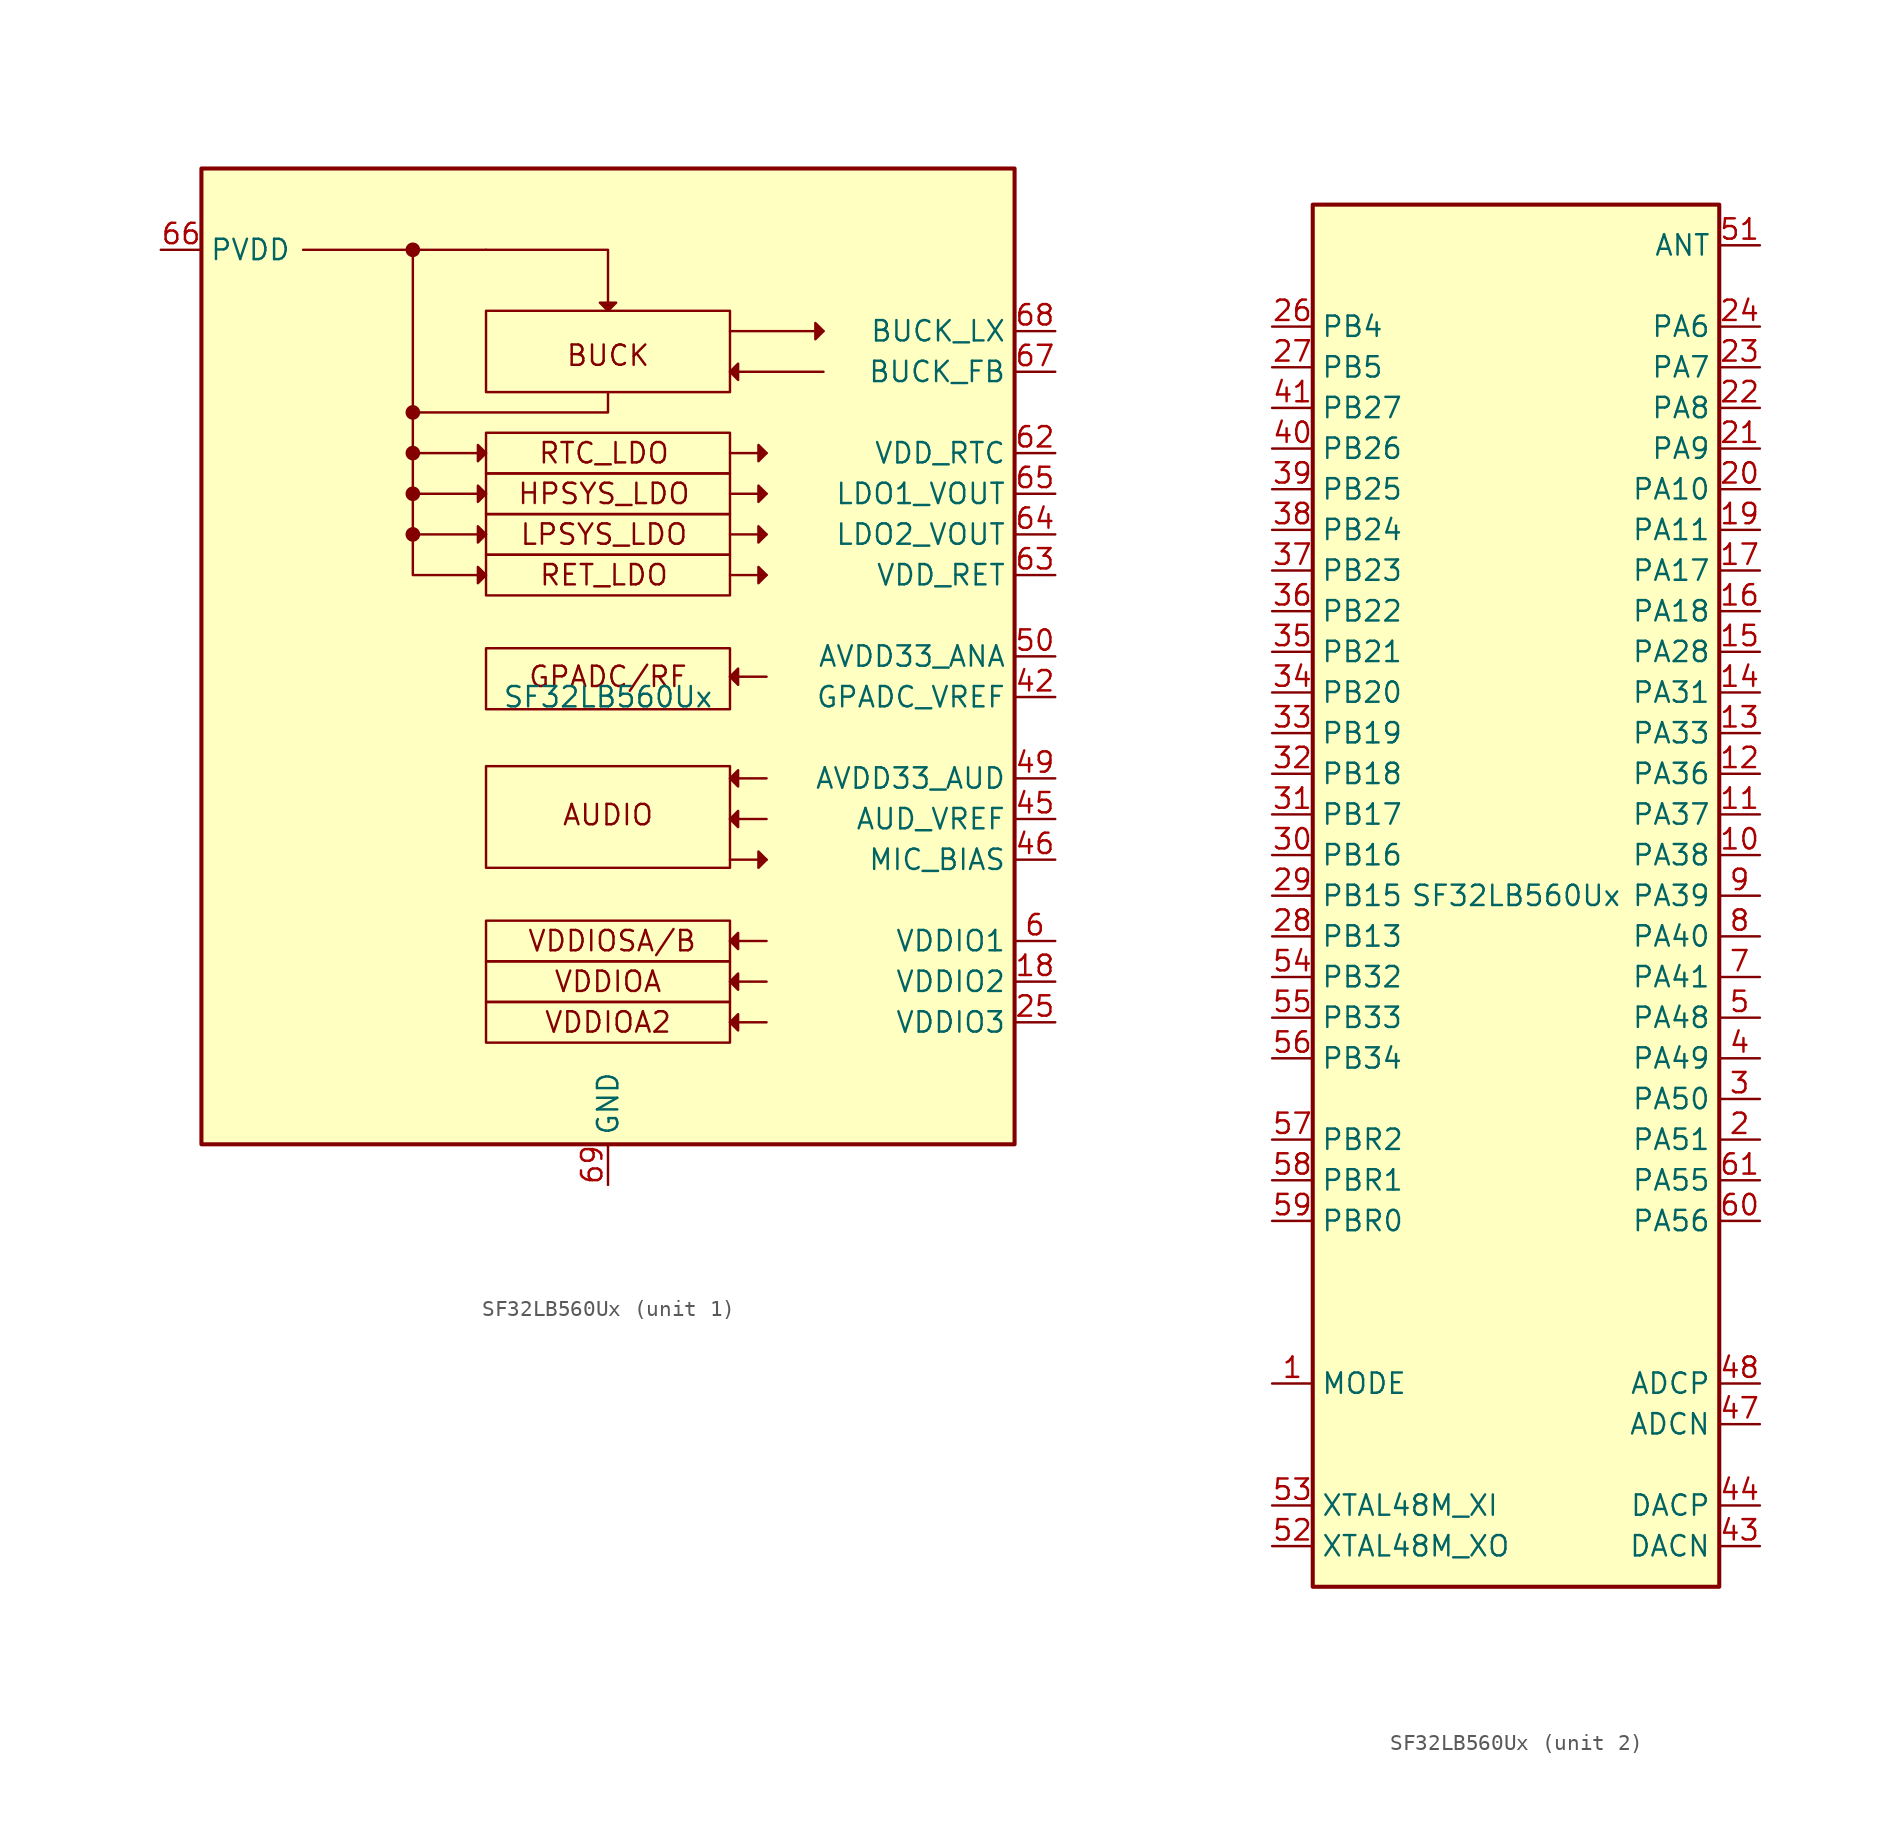
<source format=kicad_sym>
(kicad_symbol_lib
  (version 20241209)
  (generator "kicad_symbol_editor")
  (generator_version "9.0")
  (symbol "SF32LB560Ux"
    (property "Reference" "U"
      (at -0.254 62.992 0)
      (effects (font (size 1.27 1.27)) (hide yes)))
    (property "Value" "SF32LB560Ux"
      (at 0 0 0)
      (effects (font (size 1.27 1.27))))
    (property "ki_locked" ""
      (at 0 0 0)
      (effects (font (size 1.27 1.27))))
    (symbol "SF32LB560Ux_1_1"
      (rectangle (start -25.4 33.02) (end 25.4 -27.94) (stroke (width 0.254) (type default)) (fill (type background)))
      (circle (center -12.192 27.94) (radius 0.381) (stroke (width 0) (type default)) (fill (type outline)))
      (circle (center -12.192 17.78) (radius 0.381) (stroke (width 0) (type default)) (fill (type outline)))
      (polyline (pts (xy -12.192 17.78) (xy -12.192 27.94)) (stroke (width 0) (type default)) (fill (type none)))
      (circle (center -12.192 15.24) (radius 0.381) (stroke (width 0) (type default)) (fill (type outline)))
      (circle (center -12.192 12.7) (radius 0.381) (stroke (width 0) (type default)) (fill (type outline)))
      (circle (center -12.192 10.16) (radius 0.381) (stroke (width 0) (type default)) (fill (type outline)))
      (polyline (pts (xy -7.62 27.94) (xy -19.05 27.94)) (stroke (width 0) (type default)) (fill (type none)))
      (rectangle (start -7.62 24.13) (end 7.62 19.05) (stroke (width 0) (type default)) (fill (type none)))
      (rectangle (start -7.62 16.51) (end 7.62 13.97) (stroke (width 0) (type default)) (fill (type none)))
      (polyline (pts (xy -7.62 15.24) (xy -12.192 15.24)) (stroke (width 0) (type default)) (fill (type none)))
      (polyline (pts (xy -7.62 15.24) (xy -8.128 15.748) (xy -8.128 14.732) (xy -7.62 15.24)) (stroke (width 0) (type default)) (fill (type outline)))
      (rectangle (start -7.62 13.97) (end 7.62 11.43) (stroke (width 0) (type default)) (fill (type none)))
      (polyline (pts (xy -7.62 12.7) (xy -12.192 12.7)) (stroke (width 0) (type default)) (fill (type none)))
      (polyline (pts (xy -7.62 12.7) (xy -8.128 13.208) (xy -8.128 12.192) (xy -7.62 12.7)) (stroke (width 0) (type default)) (fill (type outline)))
      (rectangle (start -7.62 11.43) (end 7.62 8.89) (stroke (width 0) (type default)) (fill (type none)))
      (polyline (pts (xy -7.62 10.16) (xy -12.192 10.16)) (stroke (width 0) (type default)) (fill (type none)))
      (polyline (pts (xy -7.62 10.16) (xy -8.128 10.668) (xy -8.128 9.652) (xy -7.62 10.16)) (stroke (width 0) (type default)) (fill (type outline)))
      (rectangle (start -7.62 8.89) (end 7.62 6.35) (stroke (width 0) (type default)) (fill (type none)))
      (polyline (pts (xy -7.62 7.62) (xy -8.128 8.128) (xy -8.128 7.112) (xy -7.62 7.62)) (stroke (width 0) (type default)) (fill (type outline)))
      (rectangle (start -7.62 3.048) (end 7.62 -0.762) (stroke (width 0) (type default)) (fill (type none)))
      (rectangle (start -7.62 -4.318) (end 7.62 -10.668) (stroke (width 0) (type default)) (fill (type none)))
      (rectangle (start -7.62 -13.97) (end 7.62 -16.51) (stroke (width 0) (type default)) (fill (type none)))
      (rectangle (start -7.62 -16.51) (end 7.62 -19.05) (stroke (width 0) (type default)) (fill (type none)))
      (rectangle (start -7.62 -19.05) (end 7.62 -21.59) (stroke (width 0) (type default)) (fill (type none)))
      (polyline (pts (xy 0 24.13) (xy 0 27.94) (xy -7.62 27.94)) (stroke (width 0) (type default)) (fill (type none)))
      (polyline (pts (xy 0 24.13) (xy 0.508 24.638) (xy -0.508 24.638) (xy 0 24.13)) (stroke (width 0) (type default)) (fill (type outline)))
      (polyline (pts (xy 0 19.05) (xy 0 17.78) (xy -12.192 17.78) (xy -12.192 7.62) (xy -7.874 7.62)) (stroke (width 0) (type default)) (fill (type none)))
      (polyline (pts (xy 7.62 22.86) (xy 13.462 22.86)) (stroke (width 0) (type default)) (fill (type none)))
      (polyline (pts (xy 7.62 20.32) (xy 13.462 20.32)) (stroke (width 0) (type default)) (fill (type none)))
      (polyline (pts (xy 7.62 20.32) (xy 8.128 19.812) (xy 8.128 20.828) (xy 7.62 20.32)) (stroke (width 0) (type default)) (fill (type outline)))
      (polyline (pts (xy 7.62 15.24) (xy 9.906 15.24)) (stroke (width 0) (type default)) (fill (type none)))
      (polyline (pts (xy 7.62 12.7) (xy 9.906 12.7)) (stroke (width 0) (type default)) (fill (type none)))
      (polyline (pts (xy 7.62 10.16) (xy 9.906 10.16)) (stroke (width 0) (type default)) (fill (type none)))
      (polyline (pts (xy 7.62 7.62) (xy 9.906 7.62)) (stroke (width 0) (type default)) (fill (type none)))
      (polyline (pts (xy 7.62 1.27) (xy 9.906 1.27)) (stroke (width 0) (type default)) (fill (type none)))
      (polyline (pts (xy 7.62 1.27) (xy 8.128 0.762) (xy 8.128 1.778) (xy 7.62 1.27)) (stroke (width 0) (type default)) (fill (type outline)))
      (polyline (pts (xy 7.62 -5.08) (xy 9.906 -5.08)) (stroke (width 0) (type default)) (fill (type none)))
      (polyline (pts (xy 7.62 -5.08) (xy 8.128 -5.588) (xy 8.128 -4.572) (xy 7.62 -5.08)) (stroke (width 0) (type default)) (fill (type outline)))
      (polyline (pts (xy 7.62 -7.62) (xy 9.906 -7.62)) (stroke (width 0) (type default)) (fill (type none)))
      (polyline (pts (xy 7.62 -7.62) (xy 8.128 -8.128) (xy 8.128 -7.112) (xy 7.62 -7.62)) (stroke (width 0) (type default)) (fill (type outline)))
      (polyline (pts (xy 7.62 -15.24) (xy 9.906 -15.24)) (stroke (width 0) (type default)) (fill (type none)))
      (polyline (pts (xy 7.62 -15.24) (xy 8.128 -15.748) (xy 8.128 -14.732) (xy 7.62 -15.24)) (stroke (width 0) (type default)) (fill (type outline)))
      (polyline (pts (xy 7.62 -17.78) (xy 9.906 -17.78)) (stroke (width 0) (type default)) (fill (type none)))
      (polyline (pts (xy 7.62 -17.78) (xy 8.128 -18.288) (xy 8.128 -17.272) (xy 7.62 -17.78)) (stroke (width 0) (type default)) (fill (type outline)))
      (polyline (pts (xy 7.62 -20.32) (xy 9.906 -20.32)) (stroke (width 0) (type default)) (fill (type none)))
      (polyline (pts (xy 7.62 -20.32) (xy 8.128 -20.828) (xy 8.128 -19.812) (xy 7.62 -20.32)) (stroke (width 0) (type default)) (fill (type outline)))
      (polyline (pts (xy 9.906 15.24) (xy 9.398 15.748) (xy 9.398 14.732) (xy 9.906 15.24)) (stroke (width 0) (type default)) (fill (type outline)))
      (polyline (pts (xy 9.906 12.7) (xy 9.398 13.208) (xy 9.398 12.192) (xy 9.906 12.7)) (stroke (width 0) (type default)) (fill (type outline)))
      (polyline (pts (xy 9.906 10.16) (xy 9.398 10.668) (xy 9.398 9.652) (xy 9.906 10.16)) (stroke (width 0) (type default)) (fill (type outline)))
      (polyline (pts (xy 9.906 7.62) (xy 9.398 8.128) (xy 9.398 7.112) (xy 9.906 7.62)) (stroke (width 0) (type default)) (fill (type outline)))
      (polyline (pts (xy 9.906 -10.16) (xy 7.62 -10.16)) (stroke (width 0) (type default)) (fill (type none)))
      (polyline (pts (xy 9.906 -10.16) (xy 9.398 -10.668) (xy 9.398 -9.652) (xy 9.906 -10.16)) (stroke (width 0) (type default)) (fill (type outline)))
      (polyline (pts (xy 13.462 22.86) (xy 12.954 23.368) (xy 12.954 22.352) (xy 13.462 22.86)) (stroke (width 0) (type default)) (fill (type outline)))
      (text "RTC_LDO" (at -0.254 15.24 0) (effects (font (size 1.27 1.27))))
      (text "HPSYS_LDO" (at -0.254 12.7 0) (effects (font (size 1.27 1.27))))
      (text "LPSYS_LDO" (at -0.254 10.16 0) (effects (font (size 1.27 1.27))))
      (text "RET_LDO" (at -0.254 7.62 0) (effects (font (size 1.27 1.27))))
      (text "BUCK" (at 0 21.336 0) (effects (font (size 1.27 1.27))))
      (text "GPADC/RF" (at 0 1.27 0) (effects (font (size 1.27 1.27))))
      (text "AUDIO" (at 0 -7.366 0) (effects (font (size 1.27 1.27))))
      (text "VDDIOA" (at 0 -17.78 0) (effects (font (size 1.27 1.27))))
      (text "VDDIOA2" (at 0 -20.32 0) (effects (font (size 1.27 1.27))))
      (text "VDDIOSA/B" (at 0.254 -15.24 0) (effects (font (size 1.27 1.27))))
      (pin power_in line (at -27.94 27.94 0) (length 2.54) (name "PVDD" (effects (font (size 1.27 1.27)))) (number "66" (effects (font (size 1.27 1.27)))))
      (pin power_in line (at 0 -30.48 90) (length 2.54) (name "GND" (effects (font (size 1.27 1.27)))) (number "69" (effects (font (size 1.27 1.27)))))
      (pin output line (at 27.94 22.86 180) (length 2.54) (name "BUCK_LX" (effects (font (size 1.27 1.27)))) (number "68" (effects (font (size 1.27 1.27)))))
      (pin power_in line (at 27.94 20.32 180) (length 2.54) (name "BUCK_FB" (effects (font (size 1.27 1.27)))) (number "67" (effects (font (size 1.27 1.27)))))
      (pin power_out line (at 27.94 15.24 180) (length 2.54) (name "VDD_RTC" (effects (font (size 1.27 1.27)))) (number "62" (effects (font (size 1.27 1.27)))))
      (pin power_out line (at 27.94 12.7 180) (length 2.54) (name "LDO1_VOUT" (effects (font (size 1.27 1.27)))) (number "65" (effects (font (size 1.27 1.27)))))
      (pin power_out line (at 27.94 10.16 180) (length 2.54) (name "LDO2_VOUT" (effects (font (size 1.27 1.27)))) (number "64" (effects (font (size 1.27 1.27)))))
      (pin power_out line (at 27.94 7.62 180) (length 2.54) (name "VDD_RET" (effects (font (size 1.27 1.27)))) (number "63" (effects (font (size 1.27 1.27)))))
      (pin power_in line (at 27.94 2.54 180) (length 2.54) (name "AVDD33_ANA" (effects (font (size 1.27 1.27)))) (number "50" (effects (font (size 1.27 1.27)))))
      (pin power_in line (at 27.94 0 180) (length 2.54) (name "GPADC_VREF" (effects (font (size 1.27 1.27)))) (number "42" (effects (font (size 1.27 1.27)))))
      (pin power_in line (at 27.94 -5.08 180) (length 2.54) (name "AVDD33_AUD" (effects (font (size 1.27 1.27)))) (number "49" (effects (font (size 1.27 1.27)))))
      (pin power_in line (at 27.94 -7.62 180) (length 2.54) (name "AUD_VREF" (effects (font (size 1.27 1.27)))) (number "45" (effects (font (size 1.27 1.27)))))
      (pin power_out line (at 27.94 -10.16 180) (length 2.54) (name "MIC_BIAS" (effects (font (size 1.27 1.27)))) (number "46" (effects (font (size 1.27 1.27)))))
      (pin power_in line (at 27.94 -15.24 180) (length 2.54) (name "VDDIO1" (effects (font (size 1.27 1.27)))) (number "6" (effects (font (size 1.27 1.27)))))
      (pin power_in line (at 27.94 -17.78 180) (length 2.54) (name "VDDIO2" (effects (font (size 1.27 1.27)))) (number "18" (effects (font (size 1.27 1.27)))))
      (pin power_in line (at 27.94 -20.32 180) (length 2.54) (name "VDDIO3" (effects (font (size 1.27 1.27)))) (number "25" (effects (font (size 1.27 1.27))))))
    (symbol "SF32LB560Ux_2_1"
      (rectangle (start -12.7 43.18) (end 12.7 -43.18) (stroke (width 0.254) (type solid)) (fill (type background)))
      (pin bidirectional line (at -15.24 35.56 0) (length 2.54) (name "PB4" (effects (font (size 1.27 1.27)))) (number "26" (effects (font (size 1.27 1.27)))))
      (pin bidirectional line (at -15.24 33.02 0) (length 2.54) (name "PB5" (effects (font (size 1.27 1.27)))) (number "27" (effects (font (size 1.27 1.27)))))
      (pin bidirectional line (at -15.24 30.48 0) (length 2.54) (name "PB27" (effects (font (size 1.27 1.27)))) (number "41" (effects (font (size 1.27 1.27)))))
      (pin bidirectional line (at -15.24 27.94 0) (length 2.54) (name "PB26" (effects (font (size 1.27 1.27)))) (number "40" (effects (font (size 1.27 1.27)))))
      (pin bidirectional line (at -15.24 25.4 0) (length 2.54) (name "PB25" (effects (font (size 1.27 1.27)))) (number "39" (effects (font (size 1.27 1.27)))))
      (pin bidirectional line (at -15.24 22.86 0) (length 2.54) (name "PB24" (effects (font (size 1.27 1.27)))) (number "38" (effects (font (size 1.27 1.27)))))
      (pin bidirectional line (at -15.24 20.32 0) (length 2.54) (name "PB23" (effects (font (size 1.27 1.27)))) (number "37" (effects (font (size 1.27 1.27)))))
      (pin bidirectional line (at -15.24 17.78 0) (length 2.54) (name "PB22" (effects (font (size 1.27 1.27)))) (number "36" (effects (font (size 1.27 1.27)))))
      (pin bidirectional line (at -15.24 15.24 0) (length 2.54) (name "PB21" (effects (font (size 1.27 1.27)))) (number "35" (effects (font (size 1.27 1.27)))))
      (pin bidirectional line (at -15.24 12.7 0) (length 2.54) (name "PB20" (effects (font (size 1.27 1.27)))) (number "34" (effects (font (size 1.27 1.27)))))
      (pin bidirectional line (at -15.24 10.16 0) (length 2.54) (name "PB19" (effects (font (size 1.27 1.27)))) (number "33" (effects (font (size 1.27 1.27)))))
      (pin bidirectional line (at -15.24 7.62 0) (length 2.54) (name "PB18" (effects (font (size 1.27 1.27)))) (number "32" (effects (font (size 1.27 1.27)))))
      (pin bidirectional line (at -15.24 5.08 0) (length 2.54) (name "PB17" (effects (font (size 1.27 1.27)))) (number "31" (effects (font (size 1.27 1.27)))))
      (pin bidirectional line (at -15.24 2.54 0) (length 2.54) (name "PB16" (effects (font (size 1.27 1.27)))) (number "30" (effects (font (size 1.27 1.27)))))
      (pin bidirectional line (at -15.24 0 0) (length 2.54) (name "PB15" (effects (font (size 1.27 1.27)))) (number "29" (effects (font (size 1.27 1.27)))))
      (pin bidirectional line (at -15.24 -2.54 0) (length 2.54) (name "PB13" (effects (font (size 1.27 1.27)))) (number "28" (effects (font (size 1.27 1.27)))))
      (pin bidirectional line (at -15.24 -5.08 0) (length 2.54) (name "PB32" (effects (font (size 1.27 1.27)))) (number "54" (effects (font (size 1.27 1.27)))))
      (pin bidirectional line (at -15.24 -7.62 0) (length 2.54) (name "PB33" (effects (font (size 1.27 1.27)))) (number "55" (effects (font (size 1.27 1.27)))))
      (pin bidirectional line (at -15.24 -10.16 0) (length 2.54) (name "PB34" (effects (font (size 1.27 1.27)))) (number "56" (effects (font (size 1.27 1.27)))))
      (pin bidirectional line (at -15.24 -15.24 0) (length 2.54) (name "PBR2" (effects (font (size 1.27 1.27)))) (number "57" (effects (font (size 1.27 1.27)))))
      (pin bidirectional line (at -15.24 -17.78 0) (length 2.54) (name "PBR1" (effects (font (size 1.27 1.27)))) (number "58" (effects (font (size 1.27 1.27)))))
      (pin bidirectional line (at -15.24 -20.32 0) (length 2.54) (name "PBR0" (effects (font (size 1.27 1.27)))) (number "59" (effects (font (size 1.27 1.27)))))
      (pin input line (at -15.24 -30.48 0) (length 2.54) (name "MODE" (effects (font (size 1.27 1.27)))) (number "1" (effects (font (size 1.27 1.27)))))
      (pin input line (at -15.24 -38.1 0) (length 2.54) (name "XTAL48M_XI" (effects (font (size 1.27 1.27)))) (number "53" (effects (font (size 1.27 1.27)))))
      (pin output line (at -15.24 -40.64 0) (length 2.54) (name "XTAL48M_XO" (effects (font (size 1.27 1.27)))) (number "52" (effects (font (size 1.27 1.27)))))
      (pin bidirectional line (at 15.24 40.64 180) (length 2.54) (name "ANT" (effects (font (size 1.27 1.27)))) (number "51" (effects (font (size 1.27 1.27)))))
      (pin bidirectional line (at 15.24 35.56 180) (length 2.54) (name "PA6" (effects (font (size 1.27 1.27)))) (number "24" (effects (font (size 1.27 1.27)))))
      (pin bidirectional line (at 15.24 33.02 180) (length 2.54) (name "PA7" (effects (font (size 1.27 1.27)))) (number "23" (effects (font (size 1.27 1.27)))))
      (pin bidirectional line (at 15.24 30.48 180) (length 2.54) (name "PA8" (effects (font (size 1.27 1.27)))) (number "22" (effects (font (size 1.27 1.27)))))
      (pin bidirectional line (at 15.24 27.94 180) (length 2.54) (name "PA9" (effects (font (size 1.27 1.27)))) (number "21" (effects (font (size 1.27 1.27)))))
      (pin bidirectional line (at 15.24 25.4 180) (length 2.54) (name "PA10" (effects (font (size 1.27 1.27)))) (number "20" (effects (font (size 1.27 1.27)))))
      (pin bidirectional line (at 15.24 22.86 180) (length 2.54) (name "PA11" (effects (font (size 1.27 1.27)))) (number "19" (effects (font (size 1.27 1.27)))))
      (pin bidirectional line (at 15.24 20.32 180) (length 2.54) (name "PA17" (effects (font (size 1.27 1.27)))) (number "17" (effects (font (size 1.27 1.27)))))
      (pin bidirectional line (at 15.24 17.78 180) (length 2.54) (name "PA18" (effects (font (size 1.27 1.27)))) (number "16" (effects (font (size 1.27 1.27)))))
      (pin bidirectional line (at 15.24 15.24 180) (length 2.54) (name "PA28" (effects (font (size 1.27 1.27)))) (number "15" (effects (font (size 1.27 1.27)))))
      (pin bidirectional line (at 15.24 12.7 180) (length 2.54) (name "PA31" (effects (font (size 1.27 1.27)))) (number "14" (effects (font (size 1.27 1.27)))))
      (pin bidirectional line (at 15.24 10.16 180) (length 2.54) (name "PA33" (effects (font (size 1.27 1.27)))) (number "13" (effects (font (size 1.27 1.27)))))
      (pin bidirectional line (at 15.24 7.62 180) (length 2.54) (name "PA36" (effects (font (size 1.27 1.27)))) (number "12" (effects (font (size 1.27 1.27)))))
      (pin bidirectional line (at 15.24 5.08 180) (length 2.54) (name "PA37" (effects (font (size 1.27 1.27)))) (number "11" (effects (font (size 1.27 1.27)))))
      (pin bidirectional line (at 15.24 2.54 180) (length 2.54) (name "PA38" (effects (font (size 1.27 1.27)))) (number "10" (effects (font (size 1.27 1.27)))))
      (pin bidirectional line (at 15.24 0 180) (length 2.54) (name "PA39" (effects (font (size 1.27 1.27)))) (number "9" (effects (font (size 1.27 1.27)))))
      (pin bidirectional line (at 15.24 -2.54 180) (length 2.54) (name "PA40" (effects (font (size 1.27 1.27)))) (number "8" (effects (font (size 1.27 1.27)))))
      (pin bidirectional line (at 15.24 -5.08 180) (length 2.54) (name "PA41" (effects (font (size 1.27 1.27)))) (number "7" (effects (font (size 1.27 1.27)))))
      (pin bidirectional line (at 15.24 -7.62 180) (length 2.54) (name "PA48" (effects (font (size 1.27 1.27)))) (number "5" (effects (font (size 1.27 1.27)))))
      (pin bidirectional line (at 15.24 -10.16 180) (length 2.54) (name "PA49" (effects (font (size 1.27 1.27)))) (number "4" (effects (font (size 1.27 1.27)))))
      (pin bidirectional line (at 15.24 -12.7 180) (length 2.54) (name "PA50" (effects (font (size 1.27 1.27)))) (number "3" (effects (font (size 1.27 1.27)))))
      (pin bidirectional line (at 15.24 -15.24 180) (length 2.54) (name "PA51" (effects (font (size 1.27 1.27)))) (number "2" (effects (font (size 1.27 1.27)))))
      (pin bidirectional line (at 15.24 -17.78 180) (length 2.54) (name "PA55" (effects (font (size 1.27 1.27)))) (number "61" (effects (font (size 1.27 1.27)))))
      (pin bidirectional line (at 15.24 -20.32 180) (length 2.54) (name "PA56" (effects (font (size 1.27 1.27)))) (number "60" (effects (font (size 1.27 1.27)))))
      (pin output line (at 15.24 -30.48 180) (length 2.54) (name "ADCP" (effects (font (size 1.27 1.27)))) (number "48" (effects (font (size 1.27 1.27)))))
      (pin output line (at 15.24 -33.02 180) (length 2.54) (name "ADCN" (effects (font (size 1.27 1.27)))) (number "47" (effects (font (size 1.27 1.27)))))
      (pin output line (at 15.24 -38.1 180) (length 2.54) (name "DACP" (effects (font (size 1.27 1.27)))) (number "44" (effects (font (size 1.27 1.27)))))
      (pin output line (at 15.24 -40.64 180) (length 2.54) (name "DACN" (effects (font (size 1.27 1.27)))) (number "43" (effects (font (size 1.27 1.27))))))))
</source>
